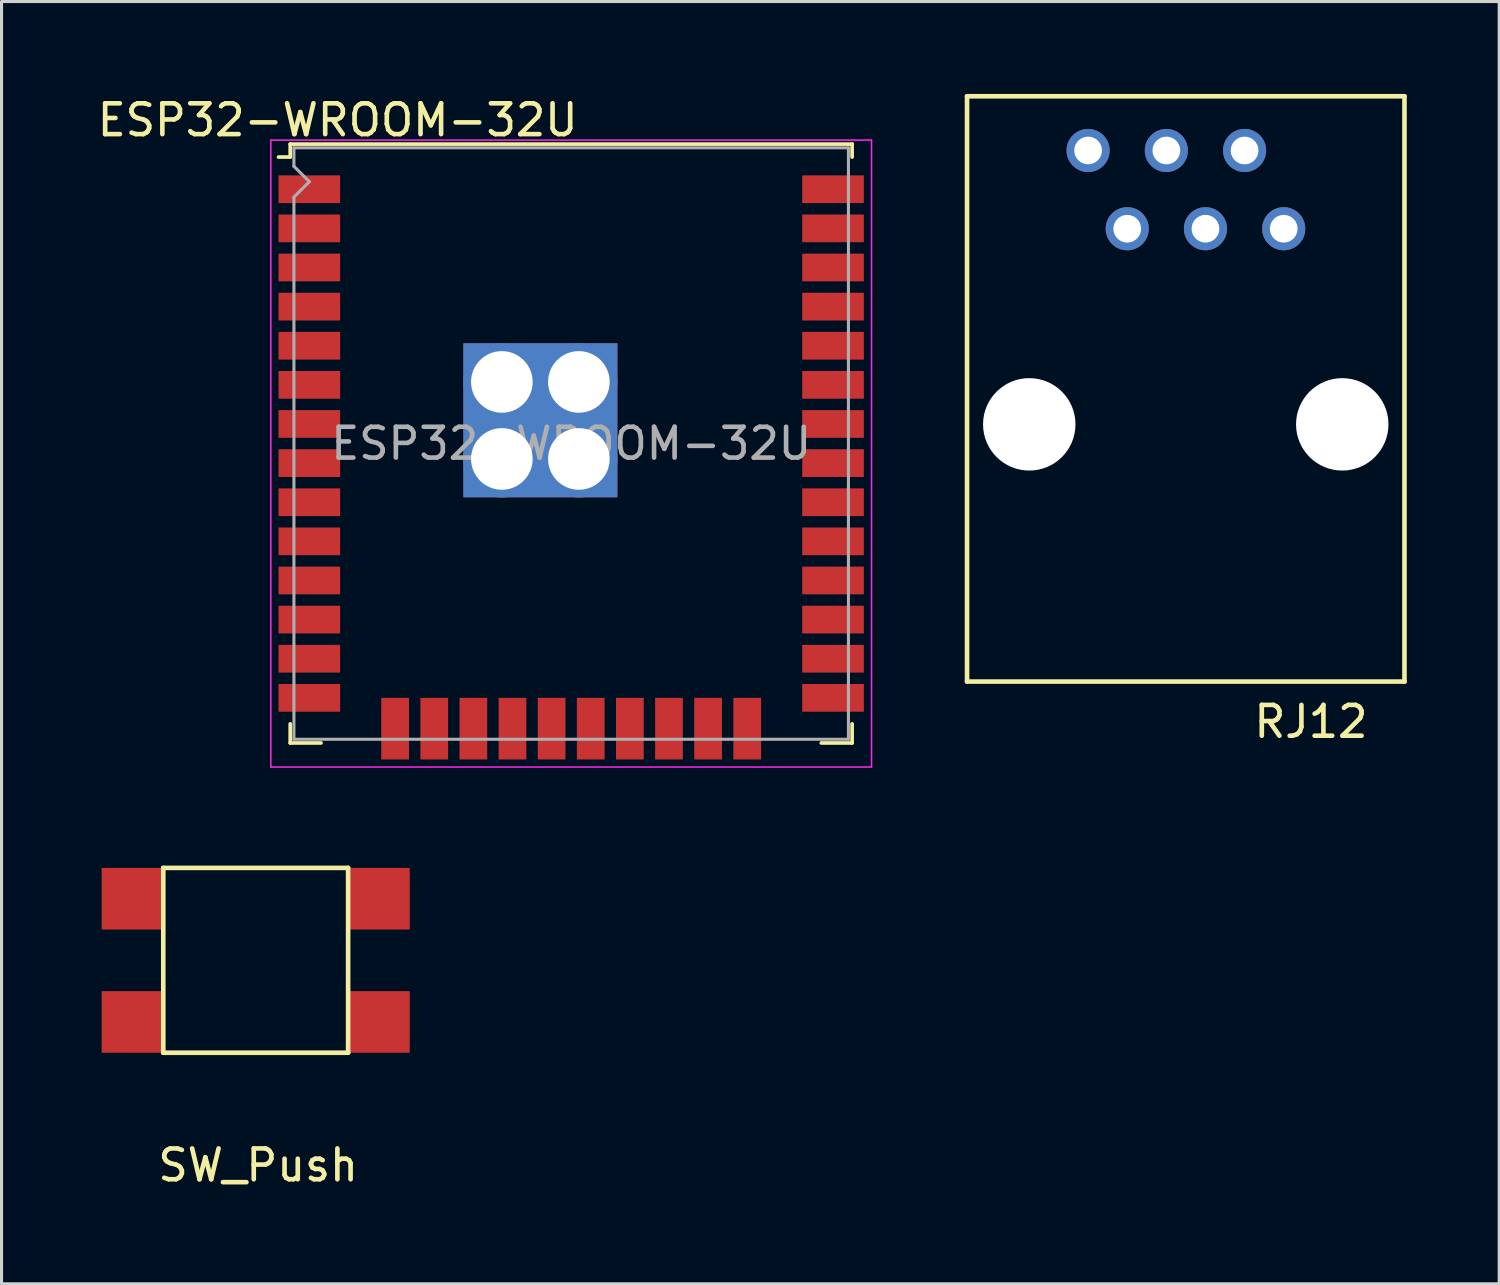
<source format=kicad_pcb>
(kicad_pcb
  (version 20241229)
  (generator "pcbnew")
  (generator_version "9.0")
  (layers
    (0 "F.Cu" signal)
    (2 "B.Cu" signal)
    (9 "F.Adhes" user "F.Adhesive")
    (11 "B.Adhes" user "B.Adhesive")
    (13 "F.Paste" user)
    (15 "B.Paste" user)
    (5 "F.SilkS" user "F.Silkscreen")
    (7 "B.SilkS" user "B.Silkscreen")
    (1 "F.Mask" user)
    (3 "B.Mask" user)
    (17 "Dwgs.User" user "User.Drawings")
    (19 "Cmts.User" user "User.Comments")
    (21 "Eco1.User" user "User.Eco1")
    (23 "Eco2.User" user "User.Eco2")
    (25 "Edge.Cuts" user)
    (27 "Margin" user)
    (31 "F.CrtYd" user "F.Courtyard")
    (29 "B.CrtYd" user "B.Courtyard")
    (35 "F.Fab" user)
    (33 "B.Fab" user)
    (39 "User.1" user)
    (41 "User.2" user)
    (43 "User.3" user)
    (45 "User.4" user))
  (footprint "SW_Push"
    (layer "F.Cu")
    (at 0.25 25.123)
    (property "Reference" "SW_Push" (at 5.08 9.652 0) (layer "F.SilkS") (effects (font (size 1 1) (thickness 0.15))))
    (attr through_hole)
    (fp_line (start 2 0) (end 2 6) (stroke (width 0.15) (type solid)) (layer "F.SilkS"))
    (fp_line (start 2 0) (end 8 0) (stroke (width 0.15) (type solid)) (layer "F.SilkS"))
    (fp_line (start 2 6) (end 8 6) (stroke (width 0.15) (type solid)) (layer "F.SilkS"))
    (fp_line (start 8 0) (end 8 6) (stroke (width 0.15) (type solid)) (layer "F.SilkS"))
    (pad "1" smd rect (at 1 1) (size 2 2) (layers "F.Cu" "F.Mask" "F.Paste"))
    (pad "2" smd rect (at 9 1) (size 2 2) (layers "F.Cu" "F.Mask" "F.Paste"))
    (pad "3" smd rect (at 1 5) (size 2 2) (layers "F.Cu" "F.Mask" "F.Paste"))
    (pad "4" smd rect (at 9 5) (size 2 2) (layers "F.Cu" "F.Mask" "F.Paste")))
  (footprint "RJ12"
    (layer "F.Cu")
    (at 30.361 10.725)
    (property "Reference" "RJ12" (at 9.144 9.652 0) (layer "F.SilkS") (effects (font (size 1 1) (thickness 0.15))))
    (attr through_hole)
    (fp_line (start -2.02 -10.65) (end 12.18 -10.65) (stroke (width 0.15) (type solid)) (layer "F.SilkS"))
    (fp_line (start -2.02 8.35) (end -2.02 -10.65) (stroke (width 0.15) (type solid)) (layer "F.SilkS"))
    (fp_line (start -2.02 8.35) (end 12.18 8.35) (stroke (width 0.15) (type solid)) (layer "F.SilkS"))
    (fp_line (start 12.18 8.35) (end 12.18 -10.65) (stroke (width 0.15) (type solid)) (layer "F.SilkS"))
    (pad "" np_thru_hole circle (at 0 0) (size 3 3) (drill 3) (layers "*.Cu" "*.Mask"))
    (pad "" np_thru_hole circle (at 10.16 0) (size 3 3) (drill 3) (layers "*.Cu" "*.Mask"))
    (pad "1" thru_hole circle (at 1.91 -8.89) (size 1.4 1.4) (drill 0.9) (layers "*.Cu" "*.Mask"))
    (pad "2" thru_hole circle (at 4.45 -8.89) (size 1.4 1.4) (drill 0.9) (layers "*.Cu" "*.Mask"))
    (pad "3" thru_hole circle (at 6.99 -8.89) (size 1.4 1.4) (drill 0.9) (layers "*.Cu" "*.Mask"))
    (pad "4" thru_hole circle (at 3.18 -6.35) (size 1.4 1.4) (drill 0.9) (layers "*.Cu" "*.Mask"))
    (pad "5" thru_hole circle (at 5.72 -6.35) (size 1.4 1.4) (drill 0.9) (layers "*.Cu" "*.Mask"))
    (pad "6" thru_hole circle (at 8.26 -6.35) (size 1.4 1.4) (drill 0.9) (layers "*.Cu" "*.Mask")))
  (footprint "ESP32-WROOM-32U"
    (layer "F.Cu")
    (at 15.491 11.348)
    (property "Reference" "ESP32-WROOM-32U" (at -7.58 -10.5 180) (layer "F.SilkS") (effects (font (size 1 1) (thickness 0.15))))
    (attr smd)
    (fp_line (start -9.12 -9.72) (end -9.12 -9.3) (stroke (width 0.12) (type solid)) (layer "F.SilkS"))
    (fp_line (start -9.12 -9.72) (end 9.12 -9.72) (stroke (width 0.12) (type solid)) (layer "F.SilkS"))
    (fp_line (start -9.12 -9.3) (end -9.5 -9.3) (stroke (width 0.12) (type solid)) (layer "F.SilkS"))
    (fp_line (start -9.12 9.1) (end -9.12 9.72) (stroke (width 0.12) (type solid)) (layer "F.SilkS"))
    (fp_line (start -9.12 9.72) (end -8.12 9.72) (stroke (width 0.12) (type solid)) (layer "F.SilkS"))
    (fp_line (start 9.12 -9.72) (end 9.12 -9.3) (stroke (width 0.12) (type solid)) (layer "F.SilkS"))
    (fp_line (start 9.12 9.1) (end 9.12 9.72) (stroke (width 0.12) (type solid)) (layer "F.SilkS"))
    (fp_line (start 9.12 9.72) (end 8.12 9.72) (stroke (width 0.12) (type solid)) (layer "F.SilkS"))
    (fp_line (start -9.75 10.5) (end -9.75 -9.85) (stroke (width 0.05) (type solid)) (layer "F.CrtYd"))
    (fp_line (start -9.75 10.5) (end 9.75 10.5) (stroke (width 0.05) (type solid)) (layer "F.CrtYd"))
    (fp_line (start 9.75 -9.85) (end -9.75 -9.85) (stroke (width 0.05) (type solid)) (layer "F.CrtYd"))
    (fp_line (start 9.75 -9.85) (end 9.75 10.5) (stroke (width 0.05) (type solid)) (layer "F.CrtYd"))
    (fp_line (start -9 -9.6) (end -9 -9) (stroke (width 0.1) (type solid)) (layer "F.Fab"))
    (fp_line (start -9 -9.6) (end 9 -9.6) (stroke (width 0.1) (type solid)) (layer "F.Fab"))
    (fp_line (start -9 -8) (end -9 9.6) (stroke (width 0.1) (type solid)) (layer "F.Fab"))
    (fp_line (start -9 -8) (end -8.5 -8.5) (stroke (width 0.1) (type solid)) (layer "F.Fab"))
    (fp_line (start -9 9.6) (end 9 9.6) (stroke (width 0.1) (type solid)) (layer "F.Fab"))
    (fp_line (start -8.5 -8.5) (end -9 -9) (stroke (width 0.1) (type solid)) (layer "F.Fab"))
    (fp_line (start 9 9.6) (end 9 -9.6) (stroke (width 0.1) (type solid)) (layer "F.Fab"))
    (fp_text user "${REFERENCE}" (at 0 0 0) (layer "F.Fab") (effects (font (size 1 1) (thickness 0.15))))
    (pad "1" smd rect (at -8.5 -8.255) (size 2 0.9) (layers "F.Cu" "F.Mask" "F.Paste"))
    (pad "2" smd rect (at -8.5 -6.985) (size 2 0.9) (layers "F.Cu" "F.Mask" "F.Paste"))
    (pad "3" smd rect (at -8.5 -5.715) (size 2 0.9) (layers "F.Cu" "F.Mask" "F.Paste"))
    (pad "4" smd rect (at -8.5 -4.445) (size 2 0.9) (layers "F.Cu" "F.Mask" "F.Paste"))
    (pad "5" smd rect (at -8.5 -3.175) (size 2 0.9) (layers "F.Cu" "F.Mask" "F.Paste"))
    (pad "6" smd rect (at -8.5 -1.905) (size 2 0.9) (layers "F.Cu" "F.Mask" "F.Paste"))
    (pad "7" smd rect (at -8.5 -0.635) (size 2 0.9) (layers "F.Cu" "F.Mask" "F.Paste"))
    (pad "8" smd rect (at -8.5 0.635) (size 2 0.9) (layers "F.Cu" "F.Mask" "F.Paste"))
    (pad "9" smd rect (at -8.5 1.905) (size 2 0.9) (layers "F.Cu" "F.Mask" "F.Paste"))
    (pad "10" smd rect (at -8.5 3.175) (size 2 0.9) (layers "F.Cu" "F.Mask" "F.Paste"))
    (pad "11" smd rect (at -8.5 4.445) (size 2 0.9) (layers "F.Cu" "F.Mask" "F.Paste"))
    (pad "12" smd rect (at -8.5 5.715) (size 2 0.9) (layers "F.Cu" "F.Mask" "F.Paste"))
    (pad "13" smd rect (at -8.5 6.985) (size 2 0.9) (layers "F.Cu" "F.Mask" "F.Paste"))
    (pad "14" smd rect (at -8.5 8.255) (size 2 0.9) (layers "F.Cu" "F.Mask" "F.Paste"))
    (pad "15" smd rect (at -5.715 9.255 270) (size 2 0.9) (layers "F.Cu" "F.Mask" "F.Paste"))
    (pad "16" smd rect (at -4.445 9.255 90) (size 2 0.9) (layers "F.Cu" "F.Mask" "F.Paste"))
    (pad "17" smd rect (at -3.175 9.255 90) (size 2 0.9) (layers "F.Cu" "F.Mask" "F.Paste"))
    (pad "18" smd rect (at -1.905 9.255 90) (size 2 0.9) (layers "F.Cu" "F.Mask" "F.Paste"))
    (pad "19" smd rect (at -0.635 9.255 90) (size 2 0.9) (layers "F.Cu" "F.Mask" "F.Paste"))
    (pad "20" smd rect (at 0.635 9.255 90) (size 2 0.9) (layers "F.Cu" "F.Mask" "F.Paste"))
    (pad "21" smd rect (at 1.905 9.255 90) (size 2 0.9) (layers "F.Cu" "F.Mask" "F.Paste"))
    (pad "22" smd rect (at 3.175 9.255 90) (size 2 0.9) (layers "F.Cu" "F.Mask" "F.Paste"))
    (pad "23" smd rect (at 4.445 9.255 90) (size 2 0.9) (layers "F.Cu" "F.Mask" "F.Paste"))
    (pad "24" smd rect (at 5.715 9.255 90) (size 2 0.9) (layers "F.Cu" "F.Mask" "F.Paste"))
    (pad "25" smd rect (at 8.5 8.255) (size 2 0.9) (layers "F.Cu" "F.Mask" "F.Paste"))
    (pad "26" smd rect (at 8.5 6.985) (size 2 0.9) (layers "F.Cu" "F.Mask" "F.Paste"))
    (pad "27" smd rect (at 8.5 5.715) (size 2 0.9) (layers "F.Cu" "F.Mask" "F.Paste"))
    (pad "28" smd rect (at 8.5 4.445) (size 2 0.9) (layers "F.Cu" "F.Mask" "F.Paste"))
    (pad "29" smd rect (at 8.5 3.175) (size 2 0.9) (layers "F.Cu" "F.Mask" "F.Paste"))
    (pad "30" smd rect (at 8.5 1.905) (size 2 0.9) (layers "F.Cu" "F.Mask" "F.Paste"))
    (pad "31" smd rect (at 8.5 0.635) (size 2 0.9) (layers "F.Cu" "F.Mask" "F.Paste"))
    (pad "32" smd rect (at 8.5 -0.635) (size 2 0.9) (layers "F.Cu" "F.Mask" "F.Paste"))
    (pad "33" smd rect (at 8.5 -1.905) (size 2 0.9) (layers "F.Cu" "F.Mask" "F.Paste"))
    (pad "34" smd rect (at 8.5 -3.175) (size 2 0.9) (layers "F.Cu" "F.Mask" "F.Paste"))
    (pad "35" smd rect (at 8.5 -4.445) (size 2 0.9) (layers "F.Cu" "F.Mask" "F.Paste"))
    (pad "36" smd rect (at 8.5 -5.715) (size 2 0.9) (layers "F.Cu" "F.Mask" "F.Paste"))
    (pad "37" smd rect (at 8.5 -6.985) (size 2 0.9) (layers "F.Cu" "F.Mask" "F.Paste"))
    (pad "38" smd rect (at 8.5 -8.255) (size 2 0.9) (layers "F.Cu" "F.Mask" "F.Paste"))
    (pad "39" thru_hole circle (at -2.25 -2) (size 2.5 2.5) (drill 2) (layers "*.Cu" "*.Mask"))
    (pad "39" thru_hole circle (at -2.25 0.5) (size 2.5 2.5) (drill 2) (layers "*.Cu" "*.Mask"))
    (pad "39" smd rect (at -1 -0.755) (size 5 5) (layers "F.Cu" "F.Mask" "F.Paste"))
    (pad "39" smd rect (at -1 -0.755) (size 5 5) (layers "B.Cu" "B.Mask" "B.Paste"))
    (pad "39" thru_hole circle (at 0.25 -2) (size 2.5 2.5) (drill 2) (layers "*.Cu" "*.Mask"))
    (pad "39" thru_hole circle (at 0.25 0.5) (size 2.5 2.5) (drill 2) (layers "*.Cu" "*.Mask")))
  (gr_rect
    (start -3 -3)
    (end 45.616 38.623)
    (stroke (width 0.1) (type default))
    (fill no)
    (layer "Edge.Cuts")))
</source>
